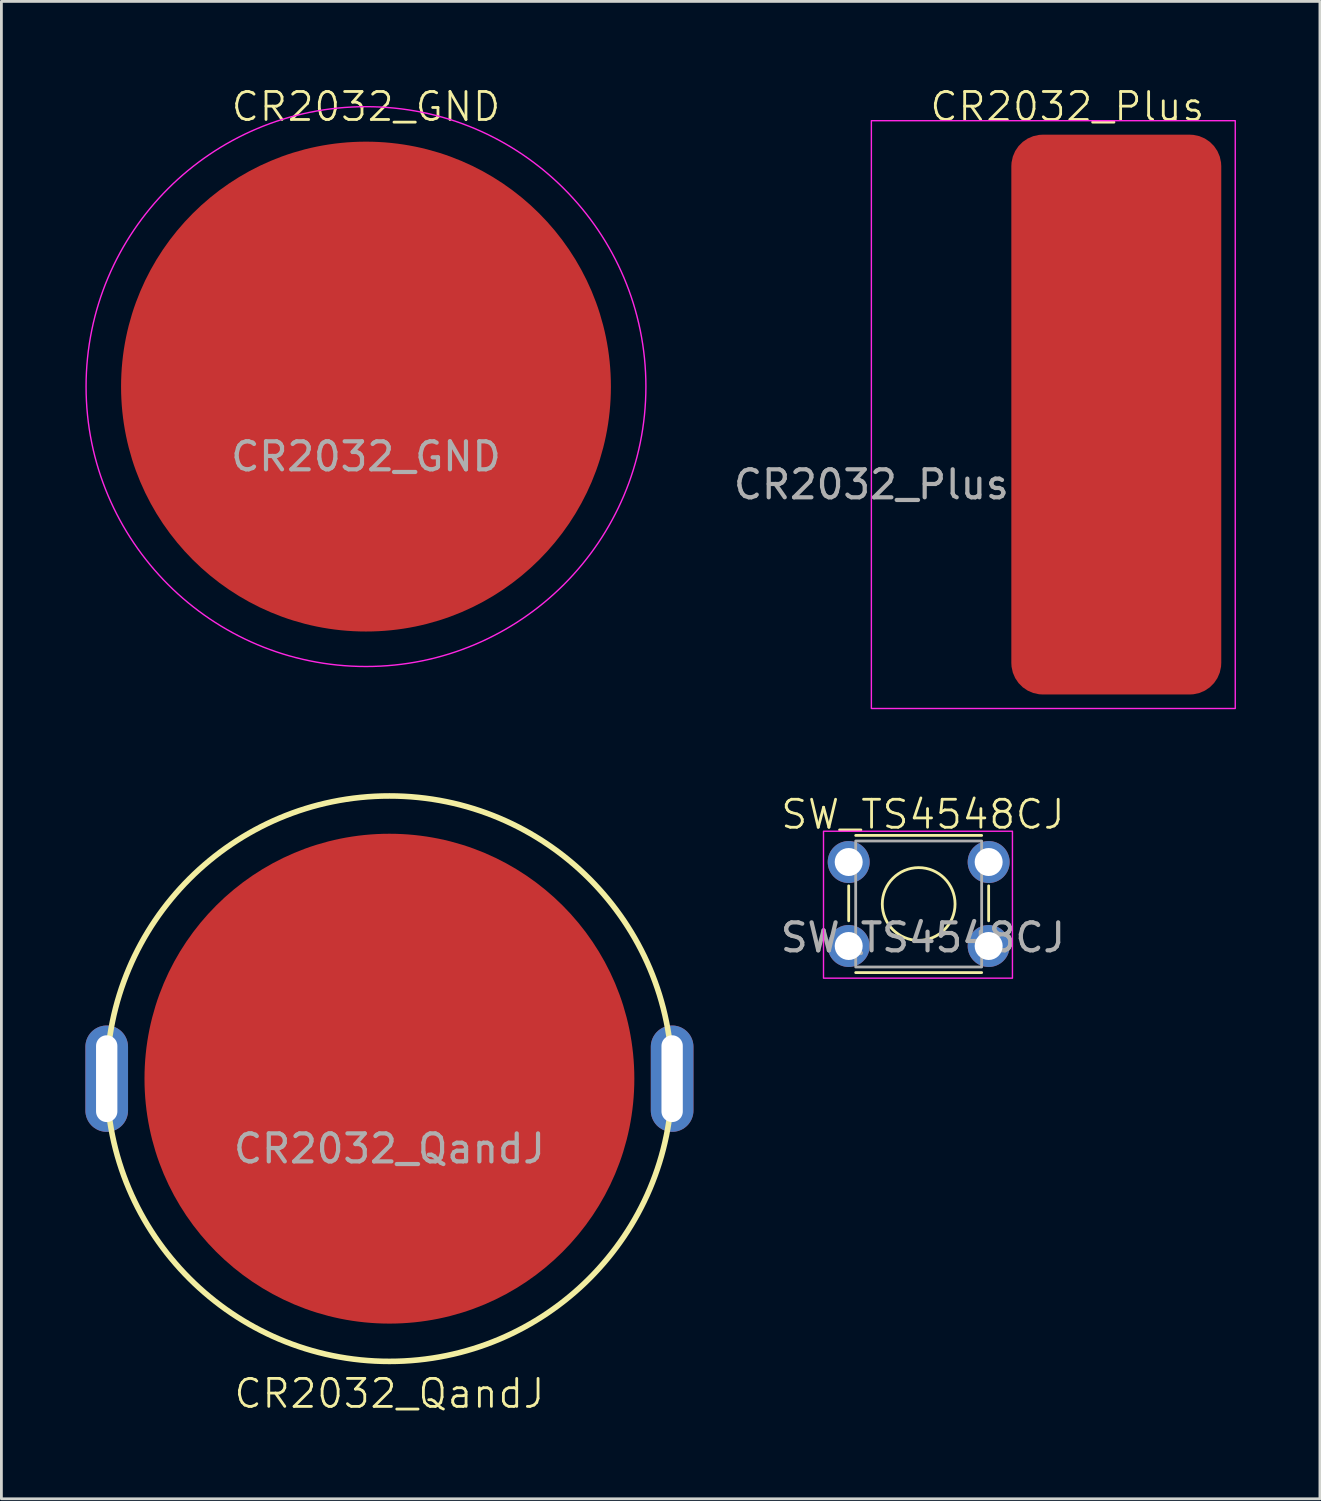
<source format=kicad_pcb>
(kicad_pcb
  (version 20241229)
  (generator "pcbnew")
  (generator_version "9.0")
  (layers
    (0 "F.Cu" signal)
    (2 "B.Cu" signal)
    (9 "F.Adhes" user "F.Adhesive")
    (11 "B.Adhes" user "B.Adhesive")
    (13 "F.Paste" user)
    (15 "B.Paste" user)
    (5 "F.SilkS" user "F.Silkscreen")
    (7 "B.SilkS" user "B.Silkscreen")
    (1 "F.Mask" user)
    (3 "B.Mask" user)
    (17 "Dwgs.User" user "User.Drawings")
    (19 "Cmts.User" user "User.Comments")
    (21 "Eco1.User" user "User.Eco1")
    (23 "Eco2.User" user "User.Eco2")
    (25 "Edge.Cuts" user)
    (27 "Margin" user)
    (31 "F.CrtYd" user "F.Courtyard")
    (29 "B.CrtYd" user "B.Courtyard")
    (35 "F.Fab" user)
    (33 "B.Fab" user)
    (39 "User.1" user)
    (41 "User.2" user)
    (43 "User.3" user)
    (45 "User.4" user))
  (footprint "CR2032_QandJ"
    (layer "F.Cu")
    (at 10.862 35.486)
    (property "Reference" "CR2032_QandJ" (at 0 11.25 0) (unlocked yes) (layer "F.SilkS") (effects (font (size 1 1) (thickness 0.1))))
    (attr through_hole)
    (fp_circle (center 0 0) (end 10.1 0) (stroke (width 0.2) (type default)) (fill no) (layer "F.SilkS"))
    (fp_text user "${REFERENCE}" (at 0 2.5 0) (unlocked yes) (layer "F.Fab") (effects (font (size 1 1) (thickness 0.15))))
    (pad "1" thru_hole oval (at -10.1 0) (size 1.524 3.8) (drill oval 0.762 3.1) (layers "*.Cu" "*.Mask"))
    (pad "1" thru_hole oval (at 10.1 0) (size 1.524 3.8) (drill oval 0.762 3.1) (layers "*.Cu" "*.Mask"))
    (pad "2" smd circle (at 0 0) (size 17.5 17.5) (layers "F.Cu" "F.Mask" "F.Paste")))
  (footprint "SW_TS4548CJ"
    (layer "F.Cu")
    (at 27.27 27.746)
    (property "Reference" "SW_TS4548CJ" (at 2.65 -1.7 0) (unlocked yes) (layer "F.SilkS") (effects (font (size 1 1) (thickness 0.1))))
    (attr smd)
    (fp_line (start 0 0.85) (end 0 2.1) (stroke (width 0.1) (type default)) (layer "F.SilkS"))
    (fp_line (start 0.25 -0.95) (end 4.75 -0.95) (stroke (width 0.1) (type default)) (layer "F.SilkS"))
    (fp_line (start 0.25 3.95) (end 4.75 3.95) (stroke (width 0.1) (type default)) (layer "F.SilkS"))
    (fp_line (start 5 0.85) (end 5 2.1) (stroke (width 0.1) (type default)) (layer "F.SilkS"))
    (fp_circle (center 2.5 1.5) (end 3.8 1.5) (stroke (width 0.1) (type default)) (fill no) (layer "F.SilkS"))
    (fp_rect (start -0.9 -1.1) (end 5.85 4.15) (stroke (width 0.05) (type default)) (fill no) (layer "F.CrtYd"))
    (fp_rect (start 0.25 -0.75) (end 4.75 3.75) (stroke (width 0.1) (type default)) (fill no) (layer "F.Fab"))
    (fp_text user "${REFERENCE}" (at 2.65 2.7 0) (unlocked yes) (layer "F.Fab") (effects (font (size 1 1) (thickness 0.15))))
    (pad "1" thru_hole circle (at 0 3) (size 1.5 1.5) (drill 1) (layers "*.Cu" "*.Mask"))
    (pad "1" thru_hole circle (at 5 3) (size 1.5 1.5) (drill 1) (layers "*.Cu" "*.Mask"))
    (pad "2" thru_hole circle (at 0 0) (size 1.5 1.5) (drill 1) (layers "*.Cu" "*.Mask"))
    (pad "2" thru_hole circle (at 5 0) (size 1.5 1.5) (drill 1) (layers "*.Cu" "*.Mask")))
  (footprint "CR2032_Plus"
    (layer "F.Cu")
    (at 28.08 11.761)
    (property "Reference" "CR2032_Plus" (at 7 -11 0) (unlocked yes) (layer "F.SilkS") (effects (font (size 1 1) (thickness 0.1))))
    (attr smd)
    (fp_rect (start 13 -10.5) (end 0 10.5) (stroke (width 0.05) (type default)) (fill no) (layer "F.CrtYd"))
    (fp_text user "${REFERENCE}" (at 0 2.5 0) (unlocked yes) (layer "F.Fab") (effects (font (size 1 1) (thickness 0.15))))
    (pad "1" smd roundrect (at 8.75 0) (size 7.5 20) (layers "F.Cu" "F.Mask" "F.Paste") (roundrect_rratio 0.15)))
  (footprint "CR2032_GND"
    (layer "F.Cu")
    (at 10.025 10.761)
    (property "Reference" "CR2032_GND" (at 0 -10 0) (unlocked yes) (layer "F.SilkS") (effects (font (size 1 1) (thickness 0.1))))
    (attr smd)
    (fp_circle (center 0 0) (end 10 0) (stroke (width 0.05) (type default)) (fill no) (layer "F.CrtYd"))
    (fp_text user "${REFERENCE}" (at 0 2.5 0) (unlocked yes) (layer "F.Fab") (effects (font (size 1 1) (thickness 0.15))))
    (pad "1" smd circle (at 0 0) (size 17.5 17.5) (layers "F.Cu" "F.Mask" "F.Paste")))
  (gr_rect
    (start -3 -3)
    (end 44.105 50.496)
    (stroke (width 0.1) (type default))
    (fill no)
    (layer "Edge.Cuts")))
</source>
